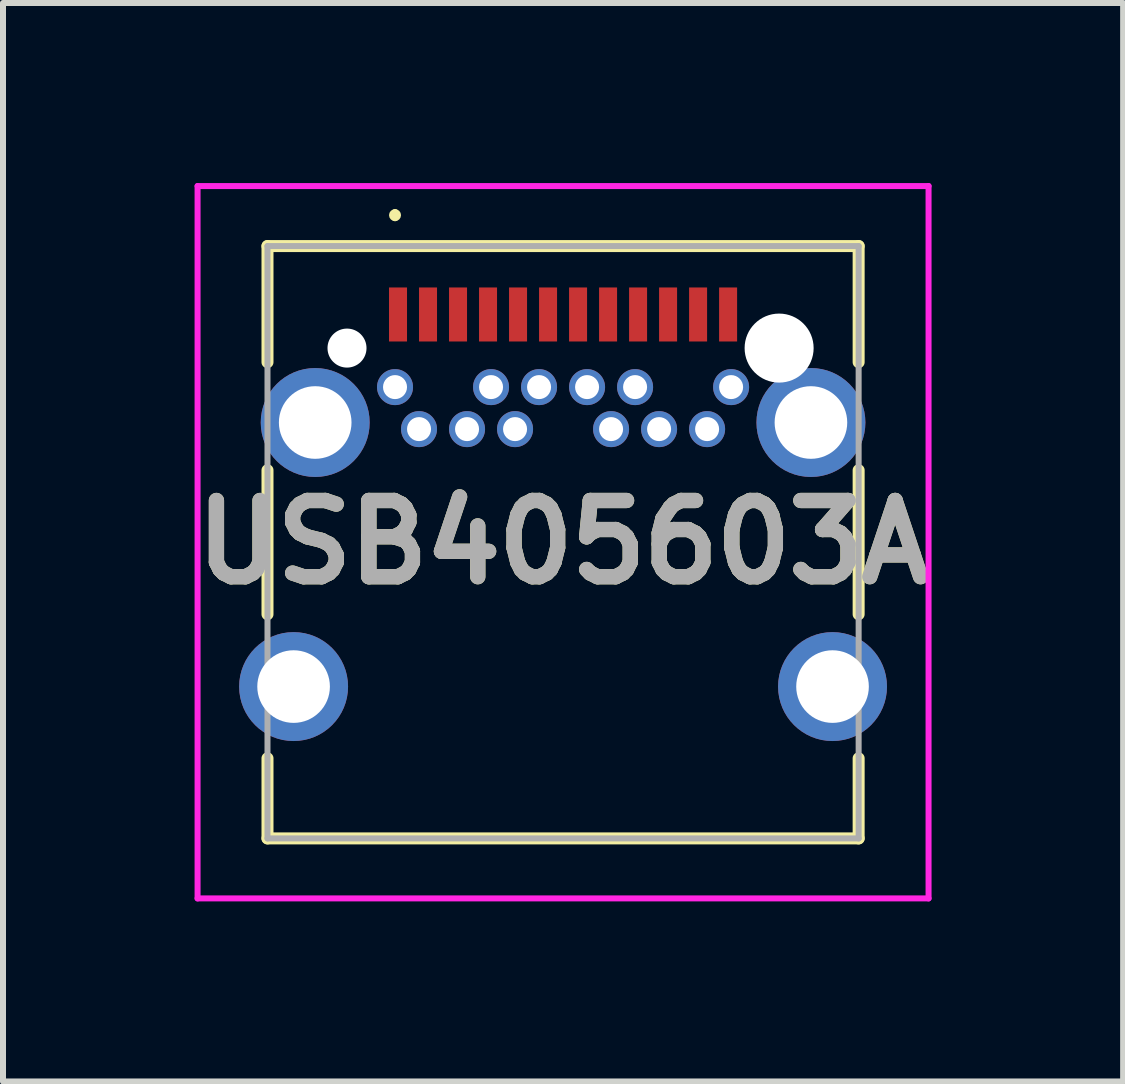
<source format=kicad_pcb>
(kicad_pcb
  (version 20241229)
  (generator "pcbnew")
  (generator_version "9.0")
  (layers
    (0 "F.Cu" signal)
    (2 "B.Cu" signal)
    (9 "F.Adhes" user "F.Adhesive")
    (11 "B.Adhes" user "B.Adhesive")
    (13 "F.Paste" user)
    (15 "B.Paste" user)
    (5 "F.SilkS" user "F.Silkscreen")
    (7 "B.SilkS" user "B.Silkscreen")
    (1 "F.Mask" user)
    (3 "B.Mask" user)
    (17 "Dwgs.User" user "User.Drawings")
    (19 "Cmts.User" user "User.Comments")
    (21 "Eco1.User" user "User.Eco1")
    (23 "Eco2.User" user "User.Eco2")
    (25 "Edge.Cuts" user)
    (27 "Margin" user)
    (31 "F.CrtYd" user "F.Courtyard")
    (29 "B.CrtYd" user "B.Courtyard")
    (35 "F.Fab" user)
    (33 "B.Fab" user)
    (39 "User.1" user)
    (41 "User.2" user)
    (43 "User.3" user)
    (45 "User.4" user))
  (footprint "USB405603A"
    (layer "F.Cu")
    (at 6.332 8.39)
    (property "Reference" "USB405603A" (at 0 -2.405 0) (layer "F.SilkS") (effects (font (size 1.27 1.27) (thickness 0.254))))
    (attr through_hole)
    (fp_line (start -4.925 -7.34) (end 4.925 -7.34) (stroke (width 0.2) (type solid)) (layer "F.SilkS"))
    (fp_line (start -4.925 -5.405) (end -4.925 -7.34) (stroke (width 0.2) (type solid)) (layer "F.SilkS"))
    (fp_line (start -4.925 -3.605) (end -4.925 -1.205) (stroke (width 0.2) (type solid)) (layer "F.SilkS"))
    (fp_line (start -4.925 1.195) (end -4.925 2.53) (stroke (width 0.2) (type solid)) (layer "F.SilkS"))
    (fp_line (start -4.925 2.53) (end 4.925 2.53) (stroke (width 0.2) (type solid)) (layer "F.SilkS"))
    (fp_line (start -2.8 -7.905) (end -2.8 -7.905) (stroke (width 0.1) (type solid)) (layer "F.SilkS"))
    (fp_line (start -2.8 -7.805) (end -2.8 -7.805) (stroke (width 0.1) (type solid)) (layer "F.SilkS"))
    (fp_line (start 4.925 -7.34) (end 4.925 -5.405) (stroke (width 0.2) (type solid)) (layer "F.SilkS"))
    (fp_line (start 4.925 -1.205) (end 4.925 -3.605) (stroke (width 0.2) (type solid)) (layer "F.SilkS"))
    (fp_line (start 4.925 2.53) (end 4.925 1.195) (stroke (width 0.2) (type solid)) (layer "F.SilkS"))
    (fp_arc (start -2.8 -7.905) (mid -2.75 -7.855) (end -2.8 -7.805) (stroke (width 0.1) (type solid)) (layer "F.SilkS"))
    (fp_arc (start -2.8 -7.805) (mid -2.85 -7.855) (end -2.8 -7.905) (stroke (width 0.1) (type solid)) (layer "F.SilkS"))
    (fp_line (start -6.09 -8.34) (end 6.09 -8.34) (stroke (width 0.1) (type solid)) (layer "F.CrtYd"))
    (fp_line (start -6.09 3.53) (end -6.09 -8.34) (stroke (width 0.1) (type solid)) (layer "F.CrtYd"))
    (fp_line (start 6.09 -8.34) (end 6.09 3.53) (stroke (width 0.1) (type solid)) (layer "F.CrtYd"))
    (fp_line (start 6.09 3.53) (end -6.09 3.53) (stroke (width 0.1) (type solid)) (layer "F.CrtYd"))
    (fp_line (start -4.925 -7.34) (end 4.925 -7.34) (stroke (width 0.1) (type solid)) (layer "F.Fab"))
    (fp_line (start -4.925 2.53) (end -4.925 -7.34) (stroke (width 0.1) (type solid)) (layer "F.Fab"))
    (fp_line (start 4.925 -7.34) (end 4.925 2.53) (stroke (width 0.1) (type solid)) (layer "F.Fab"))
    (fp_line (start 4.925 2.53) (end -4.925 2.53) (stroke (width 0.1) (type solid)) (layer "F.Fab"))
    (fp_text user "${REFERENCE}" (at 0 -2.405 0) (layer "F.Fab") (effects (font (size 1.27 1.27) (thickness 0.254))))
    (pad "" np_thru_hole circle (at -3.6 -5.64) (size 0.65 0.65) (drill 0.65) (layers "*.Cu" "*.Mask"))
    (pad "" np_thru_hole circle (at 3.6 -5.64) (size 1.15 1.15) (drill 1.15) (layers "*.Cu" "*.Mask"))
    (pad "A1" smd rect (at -2.75 -6.2) (size 0.3 0.9) (layers "F.Cu" "F.Mask" "F.Paste"))
    (pad "A2" smd rect (at -2.25 -6.2) (size 0.3 0.9) (layers "F.Cu" "F.Mask" "F.Paste"))
    (pad "A3" smd rect (at -1.75 -6.2) (size 0.3 0.9) (layers "F.Cu" "F.Mask" "F.Paste"))
    (pad "A4" smd rect (at -1.25 -6.2) (size 0.3 0.9) (layers "F.Cu" "F.Mask" "F.Paste"))
    (pad "A5" smd rect (at -0.75 -6.2) (size 0.3 0.9) (layers "F.Cu" "F.Mask" "F.Paste"))
    (pad "A6" smd rect (at -0.25 -6.2) (size 0.3 0.9) (layers "F.Cu" "F.Mask" "F.Paste"))
    (pad "A7" smd rect (at 0.25 -6.2) (size 0.3 0.9) (layers "F.Cu" "F.Mask" "F.Paste"))
    (pad "A8" smd rect (at 0.75 -6.2) (size 0.3 0.9) (layers "F.Cu" "F.Mask" "F.Paste"))
    (pad "A9" smd rect (at 1.25 -6.2) (size 0.3 0.9) (layers "F.Cu" "F.Mask" "F.Paste"))
    (pad "A10" smd rect (at 1.75 -6.2) (size 0.3 0.9) (layers "F.Cu" "F.Mask" "F.Paste"))
    (pad "A11" smd rect (at 2.25 -6.2) (size 0.3 0.9) (layers "F.Cu" "F.Mask" "F.Paste"))
    (pad "A12" smd rect (at 2.75 -6.2) (size 0.3 0.9) (layers "F.Cu" "F.Mask" "F.Paste"))
    (pad "B1" thru_hole circle (at 2.8 -4.99) (size 0.6 0.6) (drill 0.4) (layers "*.Cu" "*.Mask"))
    (pad "B2" thru_hole circle (at 2.4 -4.29) (size 0.6 0.6) (drill 0.4) (layers "*.Cu" "*.Mask"))
    (pad "B3" thru_hole circle (at 1.6 -4.29) (size 0.6 0.6) (drill 0.4) (layers "*.Cu" "*.Mask"))
    (pad "B4" thru_hole circle (at 1.2 -4.99) (size 0.6 0.6) (drill 0.4) (layers "*.Cu" "*.Mask"))
    (pad "B5" thru_hole circle (at 0.8 -4.29) (size 0.6 0.6) (drill 0.4) (layers "*.Cu" "*.Mask"))
    (pad "B6" thru_hole circle (at 0.4 -4.99) (size 0.6 0.6) (drill 0.4) (layers "*.Cu" "*.Mask"))
    (pad "B7" thru_hole circle (at -0.4 -4.99) (size 0.6 0.6) (drill 0.4) (layers "*.Cu" "*.Mask"))
    (pad "B8" thru_hole circle (at -0.8 -4.29) (size 0.6 0.6) (drill 0.4) (layers "*.Cu" "*.Mask"))
    (pad "B9" thru_hole circle (at -1.2 -4.99) (size 0.6 0.6) (drill 0.4) (layers "*.Cu" "*.Mask"))
    (pad "B10" thru_hole circle (at -1.6 -4.29) (size 0.6 0.6) (drill 0.4) (layers "*.Cu" "*.Mask"))
    (pad "B11" thru_hole circle (at -2.4 -4.29) (size 0.6 0.6) (drill 0.4) (layers "*.Cu" "*.Mask"))
    (pad "B12" thru_hole circle (at -2.8 -4.99) (size 0.6 0.6) (drill 0.4) (layers "*.Cu" "*.Mask"))
    (pad "MH1" thru_hole circle (at -4.13 -4.4) (size 1.815 1.815) (drill 1.21) (layers "*.Cu" "*.Mask"))
    (pad "MH2" thru_hole circle (at 4.13 -4.4) (size 1.815 1.815) (drill 1.21) (layers "*.Cu" "*.Mask"))
    (pad "MH3" thru_hole circle (at 4.49 0) (size 1.815 1.815) (drill 1.21) (layers "*.Cu" "*.Mask"))
    (pad "MH4" thru_hole circle (at -4.49 0) (size 1.815 1.815) (drill 1.21) (layers "*.Cu" "*.Mask")))
  (gr_rect
    (start -3 -3)
    (end 15.664 14.97)
    (stroke (width 0.1) (type default))
    (fill no)
    (layer "Edge.Cuts")))
</source>
